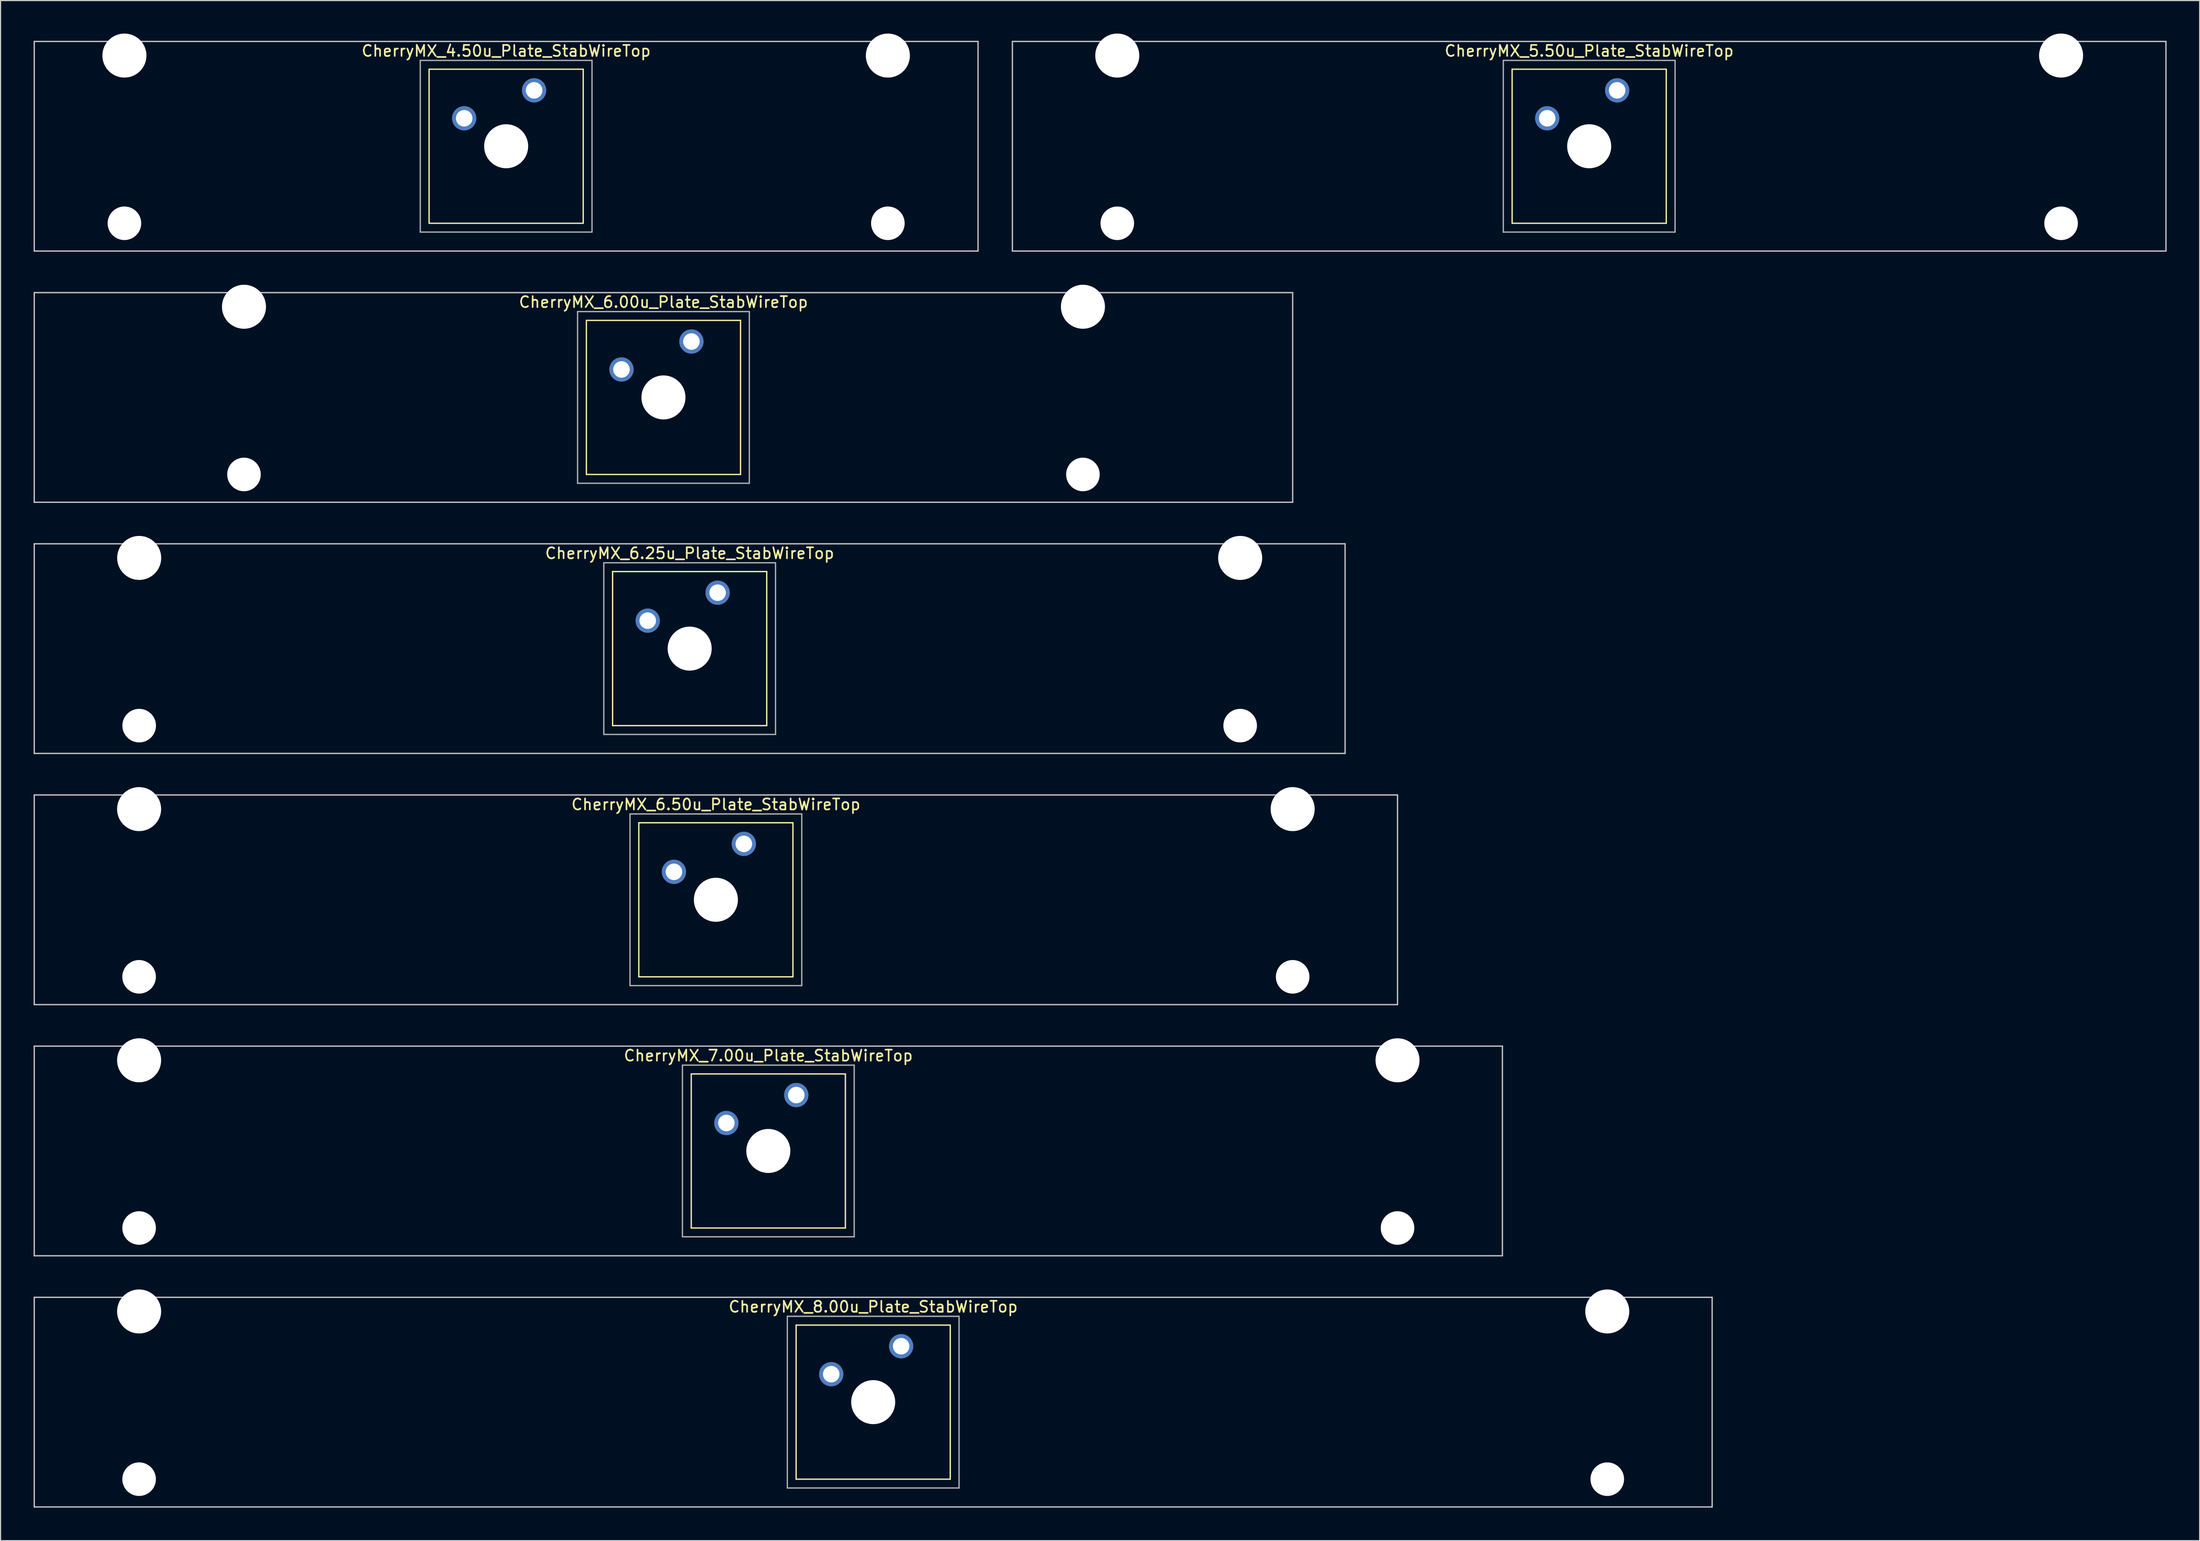
<source format=kicad_pcb>
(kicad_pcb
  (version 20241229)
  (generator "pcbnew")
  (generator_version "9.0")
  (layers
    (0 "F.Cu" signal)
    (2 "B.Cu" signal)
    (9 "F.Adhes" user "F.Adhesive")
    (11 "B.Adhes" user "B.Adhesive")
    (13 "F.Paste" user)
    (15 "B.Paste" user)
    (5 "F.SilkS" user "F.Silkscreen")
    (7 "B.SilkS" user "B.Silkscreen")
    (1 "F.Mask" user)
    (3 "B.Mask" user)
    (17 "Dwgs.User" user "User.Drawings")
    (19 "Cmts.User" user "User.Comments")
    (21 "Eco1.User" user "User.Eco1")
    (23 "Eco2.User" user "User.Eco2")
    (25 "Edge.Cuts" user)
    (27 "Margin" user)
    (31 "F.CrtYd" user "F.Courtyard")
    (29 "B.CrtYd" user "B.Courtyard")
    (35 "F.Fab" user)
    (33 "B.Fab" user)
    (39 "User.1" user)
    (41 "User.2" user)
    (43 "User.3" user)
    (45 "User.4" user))
  (footprint "CherryMX_5.50u_Plate_StabWireTop"
    (layer "F.Cu")
    (at 141.292 10.24)
    (property "Reference" "CherryMX_5.50u_Plate_StabWireTop" (at 0 -8.662 0) (layer "F.SilkS") (effects (font (size 1 1) (thickness 0.15))))
    (attr through_hole)
    (fp_line (start -7 -7) (end -7 7) (stroke (width 0.12) (type solid)) (layer "F.SilkS"))
    (fp_line (start -7 -7) (end 7 -7) (stroke (width 0.12) (type solid)) (layer "F.SilkS"))
    (fp_line (start 7 -7) (end 7 7) (stroke (width 0.12) (type solid)) (layer "F.SilkS"))
    (fp_line (start 7 7) (end -7 7) (stroke (width 0.12) (type solid)) (layer "F.SilkS"))
    (fp_line (start -52.388 -9.525) (end 52.388 -9.525) (stroke (width 0.12) (type solid)) (layer "Dwgs.User"))
    (fp_line (start -52.388 9.525) (end -52.388 -9.525) (stroke (width 0.12) (type solid)) (layer "Dwgs.User"))
    (fp_line (start 52.388 -9.525) (end 52.388 9.525) (stroke (width 0.12) (type solid)) (layer "Dwgs.User"))
    (fp_line (start 52.388 9.525) (end -52.388 9.525) (stroke (width 0.12) (type solid)) (layer "Dwgs.User"))
    (fp_line (start -7.8 -7.8) (end -7.8 7.8) (stroke (width 0.12) (type solid)) (layer "F.Fab"))
    (fp_line (start -7.8 -7.8) (end 7.8 -7.8) (stroke (width 0.12) (type solid)) (layer "F.Fab"))
    (fp_line (start -7.8 7.8) (end 7.8 7.8) (stroke (width 0.12) (type solid)) (layer "F.Fab"))
    (fp_line (start 7.8 -7.8) (end 7.8 7.8) (stroke (width 0.12) (type solid)) (layer "F.Fab"))
    (pad "" np_thru_hole circle (at -42.862 -8.24) (size 4 4) (drill 4) (layers "*.Cu" "*.Mask"))
    (pad "" np_thru_hole circle (at -42.862 7) (size 3.05 3.05) (drill 3.05) (layers "*.Cu" "*.Mask"))
    (pad "" np_thru_hole circle (at 0 0) (size 4 4) (drill 4) (layers "*.Cu" "*.Mask"))
    (pad "" np_thru_hole circle (at 42.862 -8.24) (size 4 4) (drill 4) (layers "*.Cu" "*.Mask"))
    (pad "" np_thru_hole circle (at 42.862 7) (size 3.05 3.05) (drill 3.05) (layers "*.Cu" "*.Mask"))
    (pad "1" thru_hole circle (at -3.81 -2.54) (size 2.2 2.2) (drill 1.5) (layers "*.Cu" "*.Mask"))
    (pad "2" thru_hole circle (at 2.54 -5.08) (size 2.2 2.2) (drill 1.5) (layers "*.Cu" "*.Mask")))
  (footprint "CherryMX_7.00u_Plate_StabWireTop"
    (layer "F.Cu")
    (at 66.735 101.54)
    (property "Reference" "CherryMX_7.00u_Plate_StabWireTop" (at 0 -8.662 0) (layer "F.SilkS") (effects (font (size 1 1) (thickness 0.15))))
    (attr through_hole)
    (fp_line (start -7 -7) (end -7 7) (stroke (width 0.12) (type solid)) (layer "F.SilkS"))
    (fp_line (start -7 -7) (end 7 -7) (stroke (width 0.12) (type solid)) (layer "F.SilkS"))
    (fp_line (start 7 -7) (end 7 7) (stroke (width 0.12) (type solid)) (layer "F.SilkS"))
    (fp_line (start 7 7) (end -7 7) (stroke (width 0.12) (type solid)) (layer "F.SilkS"))
    (fp_line (start -66.675 -9.525) (end 66.675 -9.525) (stroke (width 0.12) (type solid)) (layer "Dwgs.User"))
    (fp_line (start -66.675 9.525) (end -66.675 -9.525) (stroke (width 0.12) (type solid)) (layer "Dwgs.User"))
    (fp_line (start 66.675 -9.525) (end 66.675 9.525) (stroke (width 0.12) (type solid)) (layer "Dwgs.User"))
    (fp_line (start 66.675 9.525) (end -66.675 9.525) (stroke (width 0.12) (type solid)) (layer "Dwgs.User"))
    (fp_line (start -7.8 -7.8) (end -7.8 7.8) (stroke (width 0.12) (type solid)) (layer "F.Fab"))
    (fp_line (start -7.8 -7.8) (end 7.8 -7.8) (stroke (width 0.12) (type solid)) (layer "F.Fab"))
    (fp_line (start -7.8 7.8) (end 7.8 7.8) (stroke (width 0.12) (type solid)) (layer "F.Fab"))
    (fp_line (start 7.8 -7.8) (end 7.8 7.8) (stroke (width 0.12) (type solid)) (layer "F.Fab"))
    (pad "" np_thru_hole circle (at -57.15 -8.24) (size 4 4) (drill 4) (layers "*.Cu" "*.Mask"))
    (pad "" np_thru_hole circle (at -57.15 7) (size 3.05 3.05) (drill 3.05) (layers "*.Cu" "*.Mask"))
    (pad "" np_thru_hole circle (at 0 0) (size 4 4) (drill 4) (layers "*.Cu" "*.Mask"))
    (pad "" np_thru_hole circle (at 57.15 -8.24) (size 4 4) (drill 4) (layers "*.Cu" "*.Mask"))
    (pad "" np_thru_hole circle (at 57.15 7) (size 3.05 3.05) (drill 3.05) (layers "*.Cu" "*.Mask"))
    (pad "1" thru_hole circle (at -3.81 -2.54) (size 2.2 2.2) (drill 1.5) (layers "*.Cu" "*.Mask"))
    (pad "2" thru_hole circle (at 2.54 -5.08) (size 2.2 2.2) (drill 1.5) (layers "*.Cu" "*.Mask")))
  (footprint "CherryMX_8.00u_Plate_StabWireTop"
    (layer "F.Cu")
    (at 76.26 124.365)
    (property "Reference" "CherryMX_8.00u_Plate_StabWireTop" (at 0 -8.662 0) (layer "F.SilkS") (effects (font (size 1 1) (thickness 0.15))))
    (attr through_hole)
    (fp_line (start -7 -7) (end -7 7) (stroke (width 0.12) (type solid)) (layer "F.SilkS"))
    (fp_line (start -7 -7) (end 7 -7) (stroke (width 0.12) (type solid)) (layer "F.SilkS"))
    (fp_line (start 7 -7) (end 7 7) (stroke (width 0.12) (type solid)) (layer "F.SilkS"))
    (fp_line (start 7 7) (end -7 7) (stroke (width 0.12) (type solid)) (layer "F.SilkS"))
    (fp_line (start -76.2 -9.525) (end 76.2 -9.525) (stroke (width 0.12) (type solid)) (layer "Dwgs.User"))
    (fp_line (start -76.2 9.525) (end -76.2 -9.525) (stroke (width 0.12) (type solid)) (layer "Dwgs.User"))
    (fp_line (start 76.2 -9.525) (end 76.2 9.525) (stroke (width 0.12) (type solid)) (layer "Dwgs.User"))
    (fp_line (start 76.2 9.525) (end -76.2 9.525) (stroke (width 0.12) (type solid)) (layer "Dwgs.User"))
    (fp_line (start -7.8 -7.8) (end -7.8 7.8) (stroke (width 0.12) (type solid)) (layer "F.Fab"))
    (fp_line (start -7.8 -7.8) (end 7.8 -7.8) (stroke (width 0.12) (type solid)) (layer "F.Fab"))
    (fp_line (start -7.8 7.8) (end 7.8 7.8) (stroke (width 0.12) (type solid)) (layer "F.Fab"))
    (fp_line (start 7.8 -7.8) (end 7.8 7.8) (stroke (width 0.12) (type solid)) (layer "F.Fab"))
    (pad "" np_thru_hole circle (at -66.675 -8.24) (size 4 4) (drill 4) (layers "*.Cu" "*.Mask"))
    (pad "" np_thru_hole circle (at -66.675 7) (size 3.05 3.05) (drill 3.05) (layers "*.Cu" "*.Mask"))
    (pad "" np_thru_hole circle (at 0 0) (size 4 4) (drill 4) (layers "*.Cu" "*.Mask"))
    (pad "" np_thru_hole circle (at 66.675 -8.24) (size 4 4) (drill 4) (layers "*.Cu" "*.Mask"))
    (pad "" np_thru_hole circle (at 66.675 7) (size 3.05 3.05) (drill 3.05) (layers "*.Cu" "*.Mask"))
    (pad "1" thru_hole circle (at -3.81 -2.54) (size 2.2 2.2) (drill 1.5) (layers "*.Cu" "*.Mask"))
    (pad "2" thru_hole circle (at 2.54 -5.08) (size 2.2 2.2) (drill 1.5) (layers "*.Cu" "*.Mask")))
  (footprint "CherryMX_4.50u_Plate_StabWireTop"
    (layer "F.Cu")
    (at 42.922 10.24)
    (property "Reference" "CherryMX_4.50u_Plate_StabWireTop" (at 0 -8.662 0) (layer "F.SilkS") (effects (font (size 1 1) (thickness 0.15))))
    (attr through_hole)
    (fp_line (start -7 -7) (end -7 7) (stroke (width 0.12) (type solid)) (layer "F.SilkS"))
    (fp_line (start -7 -7) (end 7 -7) (stroke (width 0.12) (type solid)) (layer "F.SilkS"))
    (fp_line (start 7 -7) (end 7 7) (stroke (width 0.12) (type solid)) (layer "F.SilkS"))
    (fp_line (start 7 7) (end -7 7) (stroke (width 0.12) (type solid)) (layer "F.SilkS"))
    (fp_line (start -42.862 -9.525) (end 42.862 -9.525) (stroke (width 0.12) (type solid)) (layer "Dwgs.User"))
    (fp_line (start -42.862 9.525) (end -42.862 -9.525) (stroke (width 0.12) (type solid)) (layer "Dwgs.User"))
    (fp_line (start 42.862 -9.525) (end 42.862 9.525) (stroke (width 0.12) (type solid)) (layer "Dwgs.User"))
    (fp_line (start 42.862 9.525) (end -42.862 9.525) (stroke (width 0.12) (type solid)) (layer "Dwgs.User"))
    (fp_line (start -7.8 -7.8) (end -7.8 7.8) (stroke (width 0.12) (type solid)) (layer "F.Fab"))
    (fp_line (start -7.8 -7.8) (end 7.8 -7.8) (stroke (width 0.12) (type solid)) (layer "F.Fab"))
    (fp_line (start -7.8 7.8) (end 7.8 7.8) (stroke (width 0.12) (type solid)) (layer "F.Fab"))
    (fp_line (start 7.8 -7.8) (end 7.8 7.8) (stroke (width 0.12) (type solid)) (layer "F.Fab"))
    (pad "" np_thru_hole circle (at -34.671 -8.24) (size 4 4) (drill 4) (layers "*.Cu" "*.Mask"))
    (pad "" np_thru_hole circle (at -34.671 7) (size 3.05 3.05) (drill 3.05) (layers "*.Cu" "*.Mask"))
    (pad "" np_thru_hole circle (at 0 0) (size 4 4) (drill 4) (layers "*.Cu" "*.Mask"))
    (pad "" np_thru_hole circle (at 34.671 -8.24) (size 4 4) (drill 4) (layers "*.Cu" "*.Mask"))
    (pad "" np_thru_hole circle (at 34.671 7) (size 3.05 3.05) (drill 3.05) (layers "*.Cu" "*.Mask"))
    (pad "1" thru_hole circle (at -3.81 -2.54) (size 2.2 2.2) (drill 1.5) (layers "*.Cu" "*.Mask"))
    (pad "2" thru_hole circle (at 2.54 -5.08) (size 2.2 2.2) (drill 1.5) (layers "*.Cu" "*.Mask")))
  (footprint "CherryMX_6.50u_Plate_StabWireTop"
    (layer "F.Cu")
    (at 61.972 78.715)
    (property "Reference" "CherryMX_6.50u_Plate_StabWireTop" (at 0 -8.662 0) (layer "F.SilkS") (effects (font (size 1 1) (thickness 0.15))))
    (attr through_hole)
    (fp_line (start -7 -7) (end -7 7) (stroke (width 0.12) (type solid)) (layer "F.SilkS"))
    (fp_line (start -7 -7) (end 7 -7) (stroke (width 0.12) (type solid)) (layer "F.SilkS"))
    (fp_line (start 7 -7) (end 7 7) (stroke (width 0.12) (type solid)) (layer "F.SilkS"))
    (fp_line (start 7 7) (end -7 7) (stroke (width 0.12) (type solid)) (layer "F.SilkS"))
    (fp_line (start -61.913 -9.525) (end 61.913 -9.525) (stroke (width 0.12) (type solid)) (layer "Dwgs.User"))
    (fp_line (start -61.913 9.525) (end -61.913 -9.525) (stroke (width 0.12) (type solid)) (layer "Dwgs.User"))
    (fp_line (start 61.913 -9.525) (end 61.913 9.525) (stroke (width 0.12) (type solid)) (layer "Dwgs.User"))
    (fp_line (start 61.913 9.525) (end -61.913 9.525) (stroke (width 0.12) (type solid)) (layer "Dwgs.User"))
    (fp_line (start -7.8 -7.8) (end -7.8 7.8) (stroke (width 0.12) (type solid)) (layer "F.Fab"))
    (fp_line (start -7.8 -7.8) (end 7.8 -7.8) (stroke (width 0.12) (type solid)) (layer "F.Fab"))
    (fp_line (start -7.8 7.8) (end 7.8 7.8) (stroke (width 0.12) (type solid)) (layer "F.Fab"))
    (fp_line (start 7.8 -7.8) (end 7.8 7.8) (stroke (width 0.12) (type solid)) (layer "F.Fab"))
    (pad "" np_thru_hole circle (at -52.388 -8.24) (size 4 4) (drill 4) (layers "*.Cu" "*.Mask"))
    (pad "" np_thru_hole circle (at -52.388 7) (size 3.05 3.05) (drill 3.05) (layers "*.Cu" "*.Mask"))
    (pad "" np_thru_hole circle (at 0 0) (size 4 4) (drill 4) (layers "*.Cu" "*.Mask"))
    (pad "" np_thru_hole circle (at 52.388 -8.24) (size 4 4) (drill 4) (layers "*.Cu" "*.Mask"))
    (pad "" np_thru_hole circle (at 52.388 7) (size 3.05 3.05) (drill 3.05) (layers "*.Cu" "*.Mask"))
    (pad "1" thru_hole circle (at -3.81 -2.54) (size 2.2 2.2) (drill 1.5) (layers "*.Cu" "*.Mask"))
    (pad "2" thru_hole circle (at 2.54 -5.08) (size 2.2 2.2) (drill 1.5) (layers "*.Cu" "*.Mask")))
  (footprint "CherryMX_6.25u_Plate_StabWireTop"
    (layer "F.Cu")
    (at 59.591 55.89)
    (property "Reference" "CherryMX_6.25u_Plate_StabWireTop" (at 0 -8.662 0) (layer "F.SilkS") (effects (font (size 1 1) (thickness 0.15))))
    (attr through_hole)
    (fp_line (start -7 -7) (end -7 7) (stroke (width 0.12) (type solid)) (layer "F.SilkS"))
    (fp_line (start -7 -7) (end 7 -7) (stroke (width 0.12) (type solid)) (layer "F.SilkS"))
    (fp_line (start 7 -7) (end 7 7) (stroke (width 0.12) (type solid)) (layer "F.SilkS"))
    (fp_line (start 7 7) (end -7 7) (stroke (width 0.12) (type solid)) (layer "F.SilkS"))
    (fp_line (start -59.531 -9.525) (end 59.531 -9.525) (stroke (width 0.12) (type solid)) (layer "Dwgs.User"))
    (fp_line (start -59.531 9.525) (end -59.531 -9.525) (stroke (width 0.12) (type solid)) (layer "Dwgs.User"))
    (fp_line (start 59.531 -9.525) (end 59.531 9.525) (stroke (width 0.12) (type solid)) (layer "Dwgs.User"))
    (fp_line (start 59.531 9.525) (end -59.531 9.525) (stroke (width 0.12) (type solid)) (layer "Dwgs.User"))
    (fp_line (start -7.8 -7.8) (end -7.8 7.8) (stroke (width 0.12) (type solid)) (layer "F.Fab"))
    (fp_line (start -7.8 -7.8) (end 7.8 -7.8) (stroke (width 0.12) (type solid)) (layer "F.Fab"))
    (fp_line (start -7.8 7.8) (end 7.8 7.8) (stroke (width 0.12) (type solid)) (layer "F.Fab"))
    (fp_line (start 7.8 -7.8) (end 7.8 7.8) (stroke (width 0.12) (type solid)) (layer "F.Fab"))
    (pad "" np_thru_hole circle (at -50 -8.24) (size 4 4) (drill 4) (layers "*.Cu" "*.Mask"))
    (pad "" np_thru_hole circle (at -50 7) (size 3.05 3.05) (drill 3.05) (layers "*.Cu" "*.Mask"))
    (pad "" np_thru_hole circle (at 0 0) (size 4 4) (drill 4) (layers "*.Cu" "*.Mask"))
    (pad "" np_thru_hole circle (at 50 -8.24) (size 4 4) (drill 4) (layers "*.Cu" "*.Mask"))
    (pad "" np_thru_hole circle (at 50 7) (size 3.05 3.05) (drill 3.05) (layers "*.Cu" "*.Mask"))
    (pad "1" thru_hole circle (at -3.81 -2.54) (size 2.2 2.2) (drill 1.5) (layers "*.Cu" "*.Mask"))
    (pad "2" thru_hole circle (at 2.54 -5.08) (size 2.2 2.2) (drill 1.5) (layers "*.Cu" "*.Mask")))
  (footprint "CherryMX_6.00u_Plate_StabWireTop"
    (layer "F.Cu")
    (at 57.21 33.065)
    (property "Reference" "CherryMX_6.00u_Plate_StabWireTop" (at 0 -8.662 0) (layer "F.SilkS") (effects (font (size 1 1) (thickness 0.15))))
    (attr through_hole)
    (fp_line (start -7 -7) (end -7 7) (stroke (width 0.12) (type solid)) (layer "F.SilkS"))
    (fp_line (start -7 -7) (end 7 -7) (stroke (width 0.12) (type solid)) (layer "F.SilkS"))
    (fp_line (start 7 -7) (end 7 7) (stroke (width 0.12) (type solid)) (layer "F.SilkS"))
    (fp_line (start 7 7) (end -7 7) (stroke (width 0.12) (type solid)) (layer "F.SilkS"))
    (fp_line (start -57.15 -9.525) (end 57.15 -9.525) (stroke (width 0.12) (type solid)) (layer "Dwgs.User"))
    (fp_line (start -57.15 9.525) (end -57.15 -9.525) (stroke (width 0.12) (type solid)) (layer "Dwgs.User"))
    (fp_line (start 57.15 -9.525) (end 57.15 9.525) (stroke (width 0.12) (type solid)) (layer "Dwgs.User"))
    (fp_line (start 57.15 9.525) (end -57.15 9.525) (stroke (width 0.12) (type solid)) (layer "Dwgs.User"))
    (fp_line (start -7.8 -7.8) (end -7.8 7.8) (stroke (width 0.12) (type solid)) (layer "F.Fab"))
    (fp_line (start -7.8 -7.8) (end 7.8 -7.8) (stroke (width 0.12) (type solid)) (layer "F.Fab"))
    (fp_line (start -7.8 7.8) (end 7.8 7.8) (stroke (width 0.12) (type solid)) (layer "F.Fab"))
    (fp_line (start 7.8 -7.8) (end 7.8 7.8) (stroke (width 0.12) (type solid)) (layer "F.Fab"))
    (pad "" np_thru_hole circle (at -38.1 -8.24) (size 4 4) (drill 4) (layers "*.Cu" "*.Mask"))
    (pad "" np_thru_hole circle (at -38.1 7) (size 3.05 3.05) (drill 3.05) (layers "*.Cu" "*.Mask"))
    (pad "" np_thru_hole circle (at 0 0) (size 4 4) (drill 4) (layers "*.Cu" "*.Mask"))
    (pad "" np_thru_hole circle (at 38.1 -8.24) (size 4 4) (drill 4) (layers "*.Cu" "*.Mask"))
    (pad "" np_thru_hole circle (at 38.1 7) (size 3.05 3.05) (drill 3.05) (layers "*.Cu" "*.Mask"))
    (pad "1" thru_hole circle (at -3.81 -2.54) (size 2.2 2.2) (drill 1.5) (layers "*.Cu" "*.Mask"))
    (pad "2" thru_hole circle (at 2.54 -5.08) (size 2.2 2.2) (drill 1.5) (layers "*.Cu" "*.Mask")))
  (gr_rect
    (start -3 -3)
    (end 196.74 136.95)
    (stroke (width 0.1) (type default))
    (fill no)
    (layer "Edge.Cuts")))
</source>
